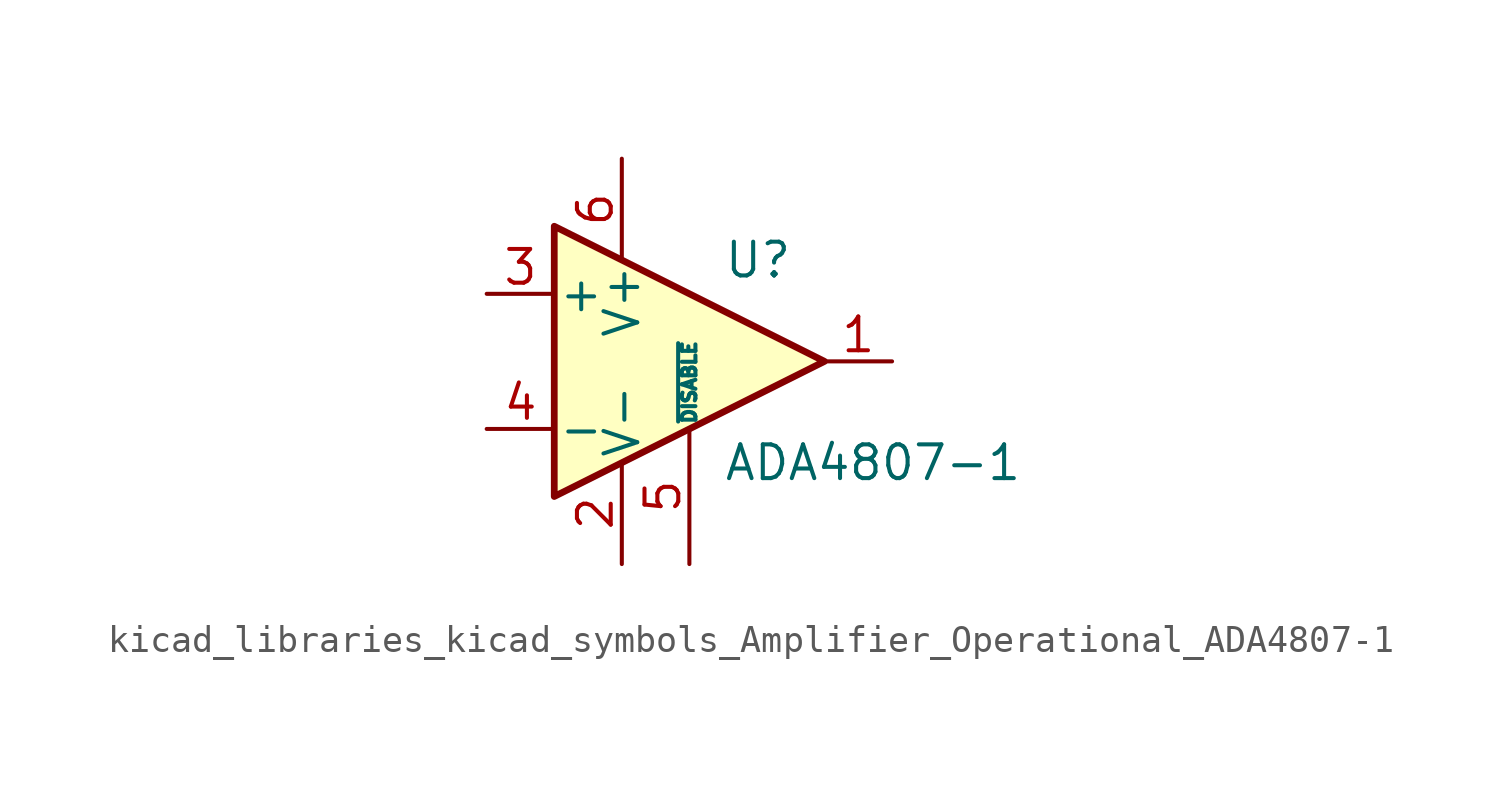
<source format=kicad_sym>
(kicad_symbol_lib
  (version 20220914)
  (generator kicad_symbol_editor)
  (symbol "kicad_libraries_kicad_symbols_Amplifier_Operational_ADA4807-1"
    (pin_names
      (offset 0.127))
    (property "Reference" "U"
      (at 1.27 3.81 0)
      (effects (font (size 1.27 1.27)) (justify left)))
    (property "Value" "ADA4807-1"
      (at 1.27 -3.81 0)
      (effects (font (size 1.27 1.27)) (justify left)))
    (symbol "kicad_libraries_kicad_symbols_Amplifier_Operational_ADA4807-1_0_1"
      (polyline (pts (xy -5.08 5.08) (xy 5.08 0) (xy -5.08 -5.08) (xy -5.08 5.08)) (stroke (width 0.254) (type default)) (fill (type background))))
    (symbol "kicad_libraries_kicad_symbols_Amplifier_Operational_ADA4807-1_1_1"
      (pin output line (at 7.62 0 180) (length 2.54) (name "~" (effects (font (size 1.27 1.27)))) (number "1" (effects (font (size 1.27 1.27)))))
      (pin power_in line (at -2.54 -7.62 90) (length 3.81) (name "V-" (effects (font (size 1.27 1.27)))) (number "2" (effects (font (size 1.27 1.27)))))
      (pin input line (at -7.62 2.54 0) (length 2.54) (name "+" (effects (font (size 1.27 1.27)))) (number "3" (effects (font (size 1.27 1.27)))))
      (pin input line (at -7.62 -2.54 0) (length 2.54) (name "-" (effects (font (size 1.27 1.27)))) (number "4" (effects (font (size 1.27 1.27)))))
      (pin input line (at 0 -7.62 90) (length 5.08) (name "~{DISABLE}" (effects (font (size 0.508 0.508)))) (number "5" (effects (font (size 1.27 1.27)))))
      (pin power_in line (at -2.54 7.62 270) (length 3.81) (name "V+" (effects (font (size 1.27 1.27)))) (number "6" (effects (font (size 1.27 1.27))))))))
</source>
